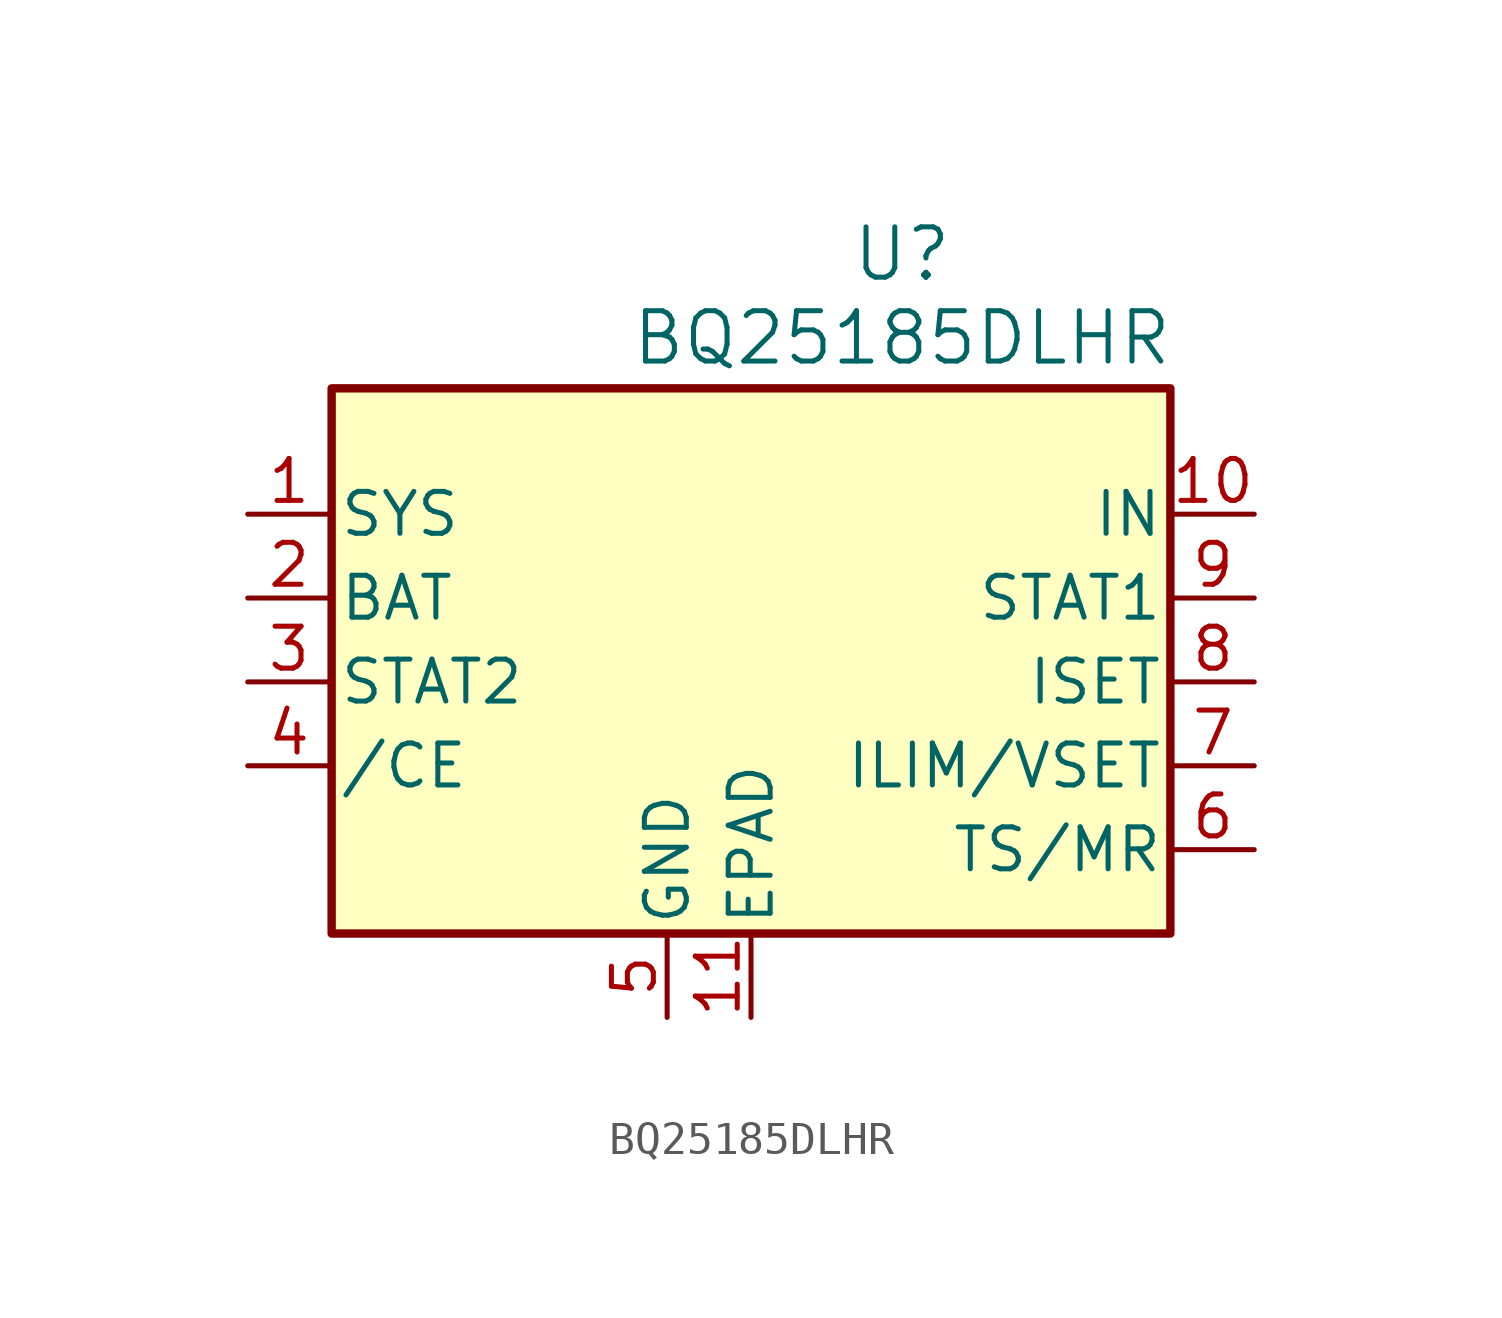
<source format=kicad_sym>
(kicad_symbol_lib
  (version 20241209)
  (generator "kicad_symbol_editor")
  (generator_version "9.0")
  (symbol "BQ25185DLHR"
    (pin_names
      (offset 0.254))
    (property "Reference" "U"
      (at 4.572 12.954 0)
      (effects (font (size 1.524 1.524))))
    (property "Value" "BQ25185DLHR"
      (at 4.572 10.414 0)
      (effects (font (size 1.524 1.524))))
    (property "ki_locked" ""
      (at 0 0 0)
      (effects (font (size 1.27 1.27))))
    (symbol "BQ25185DLHR_0_1"
      (pin power_in line (at -15.24 5.08 0) (length 2.5) (name "SYS" (effects (font (size 1.27 1.27)))) (number "1" (effects (font (size 1.27 1.27)))))
      (pin power_in line (at -15.24 2.54 0) (length 2.5) (name "BAT" (effects (font (size 1.27 1.27)))) (number "2" (effects (font (size 1.27 1.27)))))
      (pin output line (at -15.24 0 0) (length 2.5) (name "STAT2" (effects (font (size 1.27 1.27)))) (number "3" (effects (font (size 1.27 1.27)))))
      (pin input line (at -15.24 -2.54 0) (length 2.5) (name "/CE" (effects (font (size 1.27 1.27)))) (number "4" (effects (font (size 1.27 1.27)))))
      (pin power_out line (at -2.54 -10.16 90) (length 2.5) (name "GND" (effects (font (size 1.27 1.27)))) (number "5" (effects (font (size 1.27 1.27)))))
      (pin unspecified line (at 0 -10.16 90) (length 2.5) (name "EPAD" (effects (font (size 1.27 1.27)))) (number "11" (effects (font (size 1.27 1.27)))))
      (pin input line (at 15.24 5.08 180) (length 2.5) (name "IN" (effects (font (size 1.27 1.27)))) (number "10" (effects (font (size 1.27 1.27)))))
      (pin output line (at 15.24 2.54 180) (length 2.5) (name "STAT1" (effects (font (size 1.27 1.27)))) (number "9" (effects (font (size 1.27 1.27)))))
      (pin bidirectional line (at 15.24 0 180) (length 2.5) (name "ISET" (effects (font (size 1.27 1.27)))) (number "8" (effects (font (size 1.27 1.27)))))
      (pin bidirectional line (at 15.24 -2.54 180) (length 2.5) (name "ILIM/VSET" (effects (font (size 1.27 1.27)))) (number "7" (effects (font (size 1.27 1.27)))))
      (pin bidirectional line (at 15.24 -5.08 180) (length 2.5) (name "TS/MR" (effects (font (size 1.27 1.27)))) (number "6" (effects (font (size 1.27 1.27))))))
    (symbol "BQ25185DLHR_1_1"
      (rectangle (start -12.7 8.89) (end 12.7 -7.62) (stroke (width 0.254) (type solid)) (fill (type background))))))
</source>
